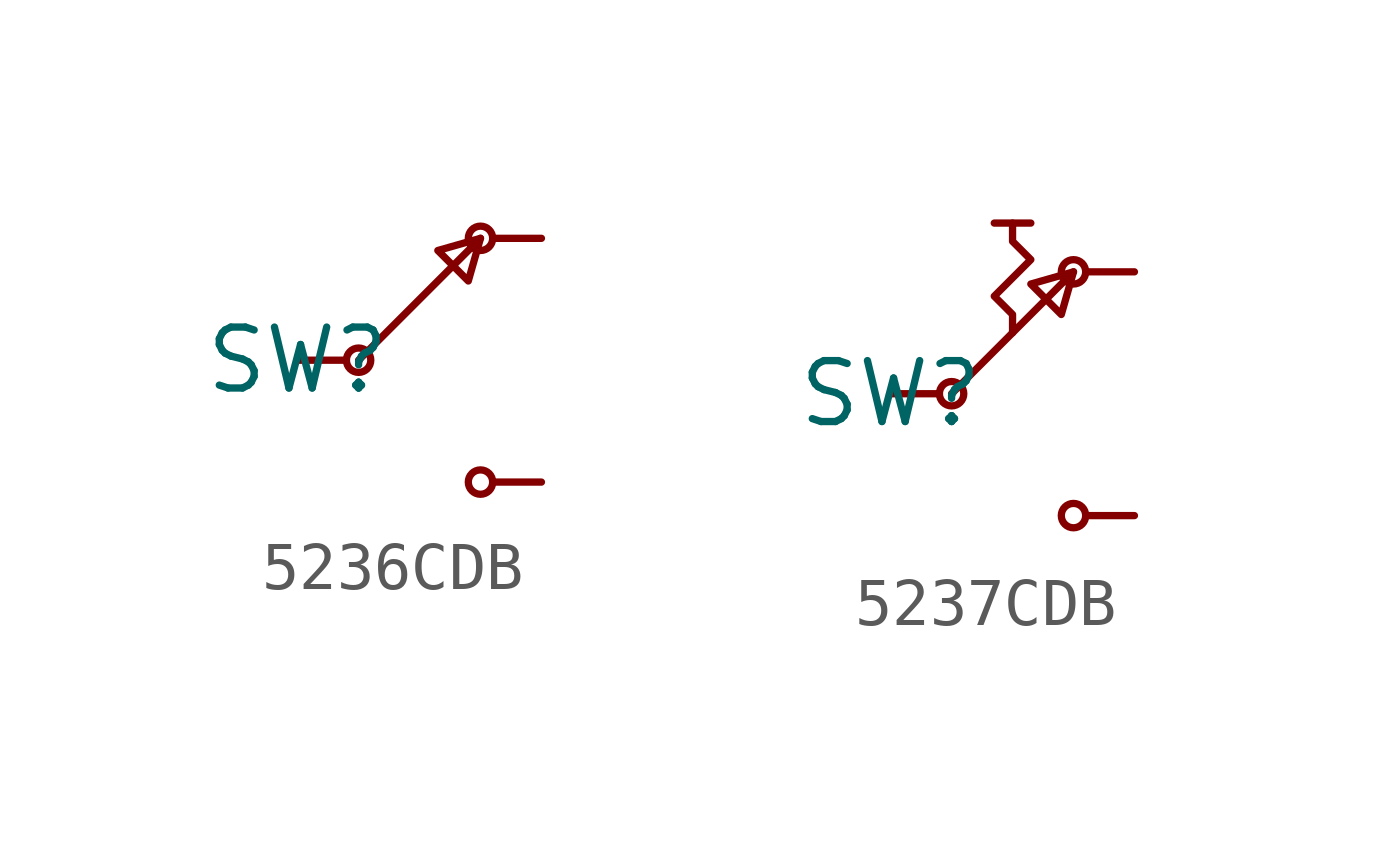
<source format=kicad_sym>
(kicad_symbol_lib
  (version 20231120)
  (generator "kicad_symbol_editor")
  (generator_version "8.0")
  (symbol "5236CDB"
    (pin_numbers hide)
    (pin_names hide)
    (property "Reference" "SW"
      (at 1.27 0 0)
      (effects (font (size 1.27 1.27))))
    (property "Value" ""
      (at 0 0 0)
      (effects (font (size 1.27 1.27))))
    (symbol "5236CDB_0_1"
      (polyline (pts (xy 2.54 0) (xy 5.08 2.54)) (stroke (width 0) (type default)) (fill (type none)))
      (polyline (pts (xy 5.08 2.54) (xy 4.191 2.286) (xy 4.826 1.651) (xy 5.08 2.54)) (stroke (width 0) (type default)) (fill (type none)))
      (circle (center 2.54 0) (radius 0.254) (stroke (width 0) (type default)) (fill (type none)))
      (circle (center 5.08 -2.54) (radius 0.254) (stroke (width 0) (type default)) (fill (type none)))
      (circle (center 5.08 2.54) (radius 0.254) (stroke (width 0) (type default)) (fill (type none))))
    (symbol "5236CDB_1_0"
      (pin passive line (at 6.35 2.54 180) (length 1.016) (name "A" (effects (font (size 1.27 1.27)))) (number "1" (effects (font (size 1.27 1.27)))))
      (pin passive line (at 1.27 0 0) (length 1.016) (name "COM" (effects (font (size 1.27 1.27)))) (number "2" (effects (font (size 1.27 1.27)))))
      (pin passive line (at 6.35 -2.54 180) (length 1.016) (name "B" (effects (font (size 1.27 1.27)))) (number "3" (effects (font (size 1.27 1.27)))))))
  (symbol "5237CDB"
    (pin_numbers hide)
    (pin_names hide)
    (property "Reference" "SW"
      (at 1.27 0 0)
      (effects (font (size 1.27 1.27))))
    (property "Value" ""
      (at 0 0 0)
      (effects (font (size 1.27 1.27))))
    (symbol "5237CDB_0_1"
      (polyline (pts (xy 2.54 0) (xy 5.08 2.54)) (stroke (width 0) (type default)) (fill (type none)))
      (polyline (pts (xy 3.429 3.556) (xy 4.191 3.556)) (stroke (width 0) (type default)) (fill (type none)))
      (polyline (pts (xy 5.08 2.54) (xy 4.191 2.286) (xy 4.826 1.651) (xy 5.08 2.54)) (stroke (width 0) (type default)) (fill (type none)))
      (polyline (pts (xy 3.81 1.27) (xy 3.81 1.651) (xy 3.429 2.032) (xy 4.191 2.794) (xy 3.81 3.175) (xy 3.81 3.556)) (stroke (width 0) (type default)) (fill (type none)))
      (circle (center 2.54 0) (radius 0.254) (stroke (width 0) (type default)) (fill (type none)))
      (circle (center 5.08 -2.54) (radius 0.254) (stroke (width 0) (type default)) (fill (type none)))
      (circle (center 5.08 2.54) (radius 0.254) (stroke (width 0) (type default)) (fill (type none))))
    (symbol "5237CDB_1_0"
      (pin passive line (at 6.35 2.54 180) (length 1.016) (name "A" (effects (font (size 1.27 1.27)))) (number "1" (effects (font (size 1.27 1.27)))))
      (pin passive line (at 1.27 0 0) (length 1.016) (name "COM" (effects (font (size 1.27 1.27)))) (number "2" (effects (font (size 1.27 1.27)))))
      (pin passive line (at 6.35 -2.54 180) (length 1.016) (name "B" (effects (font (size 1.27 1.27)))) (number "3" (effects (font (size 1.27 1.27))))))))
</source>
